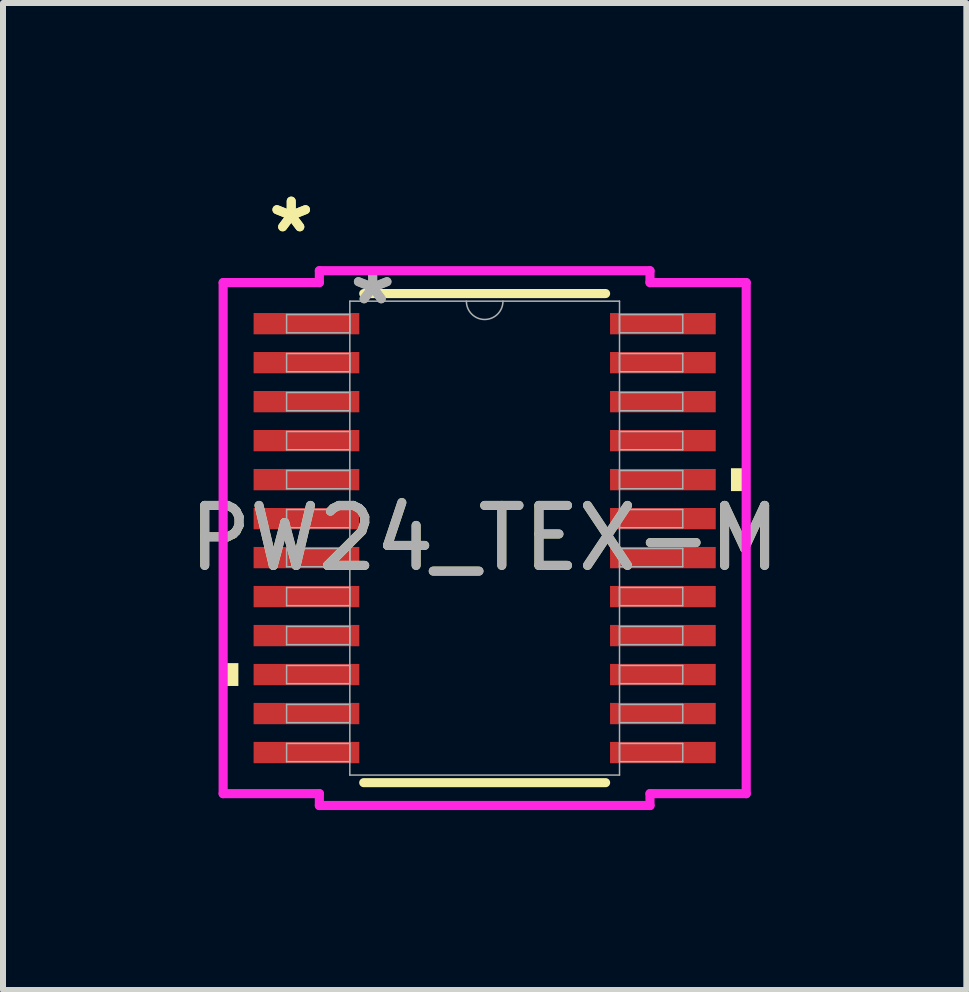
<source format=kicad_pcb>
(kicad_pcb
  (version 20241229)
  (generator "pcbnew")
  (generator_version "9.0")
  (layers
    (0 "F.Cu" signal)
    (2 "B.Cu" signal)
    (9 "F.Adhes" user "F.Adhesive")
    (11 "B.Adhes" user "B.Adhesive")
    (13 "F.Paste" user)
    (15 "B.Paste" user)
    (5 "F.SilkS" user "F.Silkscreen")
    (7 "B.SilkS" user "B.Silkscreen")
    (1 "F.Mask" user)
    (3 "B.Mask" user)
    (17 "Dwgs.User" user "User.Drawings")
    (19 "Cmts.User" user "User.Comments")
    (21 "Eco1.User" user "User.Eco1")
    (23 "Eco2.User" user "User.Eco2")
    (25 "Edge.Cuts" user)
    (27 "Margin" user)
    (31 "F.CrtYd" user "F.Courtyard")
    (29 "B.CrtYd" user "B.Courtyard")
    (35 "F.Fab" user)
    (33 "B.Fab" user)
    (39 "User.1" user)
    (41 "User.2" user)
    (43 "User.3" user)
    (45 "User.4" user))
  (footprint "PW24_TEX-M"
    (layer "F.Cu")
    (at 5.03 5.921)
    (property "Reference" "PW24_TEX-M" (at 0 0 0) (unlocked yes) (layer "F.SilkS") (effects (font (size 1 1) (thickness 0.15))))
    (attr smd)
    (fp_line (start -2.016 4.077) (end 2.016 4.077) (stroke (width 0.152) (type solid)) (layer "F.SilkS"))
    (fp_line (start 2.016 -4.077) (end -2.016 -4.077) (stroke (width 0.152) (type solid)) (layer "F.SilkS"))
    (fp_poly (pts (xy -4.36 2.084) (xy -4.36 2.465) (xy -4.106 2.465) (xy -4.106 2.084)) (stroke (width 0) (type solid)) (fill yes) (layer "F.SilkS"))
    (fp_poly (pts (xy 4.36 -1.165) (xy 4.36 -0.784) (xy 4.106 -0.784) (xy 4.106 -1.165)) (stroke (width 0) (type solid)) (fill yes) (layer "F.SilkS"))
    (fp_line (start -4.36 -4.26) (end -2.756 -4.26) (stroke (width 0.152) (type solid)) (layer "F.CrtYd"))
    (fp_line (start -4.36 4.26) (end -4.36 -4.26) (stroke (width 0.152) (type solid)) (layer "F.CrtYd"))
    (fp_line (start -4.36 4.26) (end -2.756 4.26) (stroke (width 0.152) (type solid)) (layer "F.CrtYd"))
    (fp_line (start -2.756 -4.458) (end 2.756 -4.458) (stroke (width 0.152) (type solid)) (layer "F.CrtYd"))
    (fp_line (start -2.756 -4.26) (end -2.756 -4.458) (stroke (width 0.152) (type solid)) (layer "F.CrtYd"))
    (fp_line (start -2.756 4.458) (end -2.756 4.26) (stroke (width 0.152) (type solid)) (layer "F.CrtYd"))
    (fp_line (start 2.756 -4.458) (end 2.756 -4.26) (stroke (width 0.152) (type solid)) (layer "F.CrtYd"))
    (fp_line (start 2.756 4.26) (end 2.756 4.458) (stroke (width 0.152) (type solid)) (layer "F.CrtYd"))
    (fp_line (start 2.756 4.458) (end -2.756 4.458) (stroke (width 0.152) (type solid)) (layer "F.CrtYd"))
    (fp_line (start 4.36 -4.26) (end 2.756 -4.26) (stroke (width 0.152) (type solid)) (layer "F.CrtYd"))
    (fp_line (start 4.36 -4.26) (end 4.36 4.26) (stroke (width 0.152) (type solid)) (layer "F.CrtYd"))
    (fp_line (start 4.36 4.26) (end 2.756 4.26) (stroke (width 0.152) (type solid)) (layer "F.CrtYd"))
    (fp_line (start -3.302 -3.727) (end -3.302 -3.423) (stroke (width 0.025) (type solid)) (layer "F.Fab"))
    (fp_line (start -3.302 -3.423) (end -2.248 -3.423) (stroke (width 0.025) (type solid)) (layer "F.Fab"))
    (fp_line (start -3.302 -3.077) (end -3.302 -2.773) (stroke (width 0.025) (type solid)) (layer "F.Fab"))
    (fp_line (start -3.302 -2.773) (end -2.248 -2.773) (stroke (width 0.025) (type solid)) (layer "F.Fab"))
    (fp_line (start -3.302 -2.427) (end -3.302 -2.123) (stroke (width 0.025) (type solid)) (layer "F.Fab"))
    (fp_line (start -3.302 -2.123) (end -2.248 -2.123) (stroke (width 0.025) (type solid)) (layer "F.Fab"))
    (fp_line (start -3.302 -1.777) (end -3.302 -1.473) (stroke (width 0.025) (type solid)) (layer "F.Fab"))
    (fp_line (start -3.302 -1.473) (end -2.248 -1.473) (stroke (width 0.025) (type solid)) (layer "F.Fab"))
    (fp_line (start -3.302 -1.127) (end -3.302 -0.823) (stroke (width 0.025) (type solid)) (layer "F.Fab"))
    (fp_line (start -3.302 -0.823) (end -2.248 -0.823) (stroke (width 0.025) (type solid)) (layer "F.Fab"))
    (fp_line (start -3.302 -0.477) (end -3.302 -0.173) (stroke (width 0.025) (type solid)) (layer "F.Fab"))
    (fp_line (start -3.302 -0.173) (end -2.248 -0.173) (stroke (width 0.025) (type solid)) (layer "F.Fab"))
    (fp_line (start -3.302 0.173) (end -3.302 0.477) (stroke (width 0.025) (type solid)) (layer "F.Fab"))
    (fp_line (start -3.302 0.477) (end -2.248 0.477) (stroke (width 0.025) (type solid)) (layer "F.Fab"))
    (fp_line (start -3.302 0.823) (end -3.302 1.127) (stroke (width 0.025) (type solid)) (layer "F.Fab"))
    (fp_line (start -3.302 1.127) (end -2.248 1.127) (stroke (width 0.025) (type solid)) (layer "F.Fab"))
    (fp_line (start -3.302 1.473) (end -3.302 1.777) (stroke (width 0.025) (type solid)) (layer "F.Fab"))
    (fp_line (start -3.302 1.777) (end -2.248 1.777) (stroke (width 0.025) (type solid)) (layer "F.Fab"))
    (fp_line (start -3.302 2.123) (end -3.302 2.427) (stroke (width 0.025) (type solid)) (layer "F.Fab"))
    (fp_line (start -3.302 2.427) (end -2.248 2.427) (stroke (width 0.025) (type solid)) (layer "F.Fab"))
    (fp_line (start -3.302 2.773) (end -3.302 3.077) (stroke (width 0.025) (type solid)) (layer "F.Fab"))
    (fp_line (start -3.302 3.077) (end -2.248 3.077) (stroke (width 0.025) (type solid)) (layer "F.Fab"))
    (fp_line (start -3.302 3.423) (end -3.302 3.727) (stroke (width 0.025) (type solid)) (layer "F.Fab"))
    (fp_line (start -3.302 3.727) (end -2.248 3.727) (stroke (width 0.025) (type solid)) (layer "F.Fab"))
    (fp_line (start -2.248 -3.95) (end -2.248 3.95) (stroke (width 0.025) (type solid)) (layer "F.Fab"))
    (fp_line (start -2.248 -3.727) (end -3.302 -3.727) (stroke (width 0.025) (type solid)) (layer "F.Fab"))
    (fp_line (start -2.248 -3.423) (end -2.248 -3.727) (stroke (width 0.025) (type solid)) (layer "F.Fab"))
    (fp_line (start -2.248 -3.077) (end -3.302 -3.077) (stroke (width 0.025) (type solid)) (layer "F.Fab"))
    (fp_line (start -2.248 -2.773) (end -2.248 -3.077) (stroke (width 0.025) (type solid)) (layer "F.Fab"))
    (fp_line (start -2.248 -2.427) (end -3.302 -2.427) (stroke (width 0.025) (type solid)) (layer "F.Fab"))
    (fp_line (start -2.248 -2.123) (end -2.248 -2.427) (stroke (width 0.025) (type solid)) (layer "F.Fab"))
    (fp_line (start -2.248 -1.777) (end -3.302 -1.777) (stroke (width 0.025) (type solid)) (layer "F.Fab"))
    (fp_line (start -2.248 -1.473) (end -2.248 -1.777) (stroke (width 0.025) (type solid)) (layer "F.Fab"))
    (fp_line (start -2.248 -1.127) (end -3.302 -1.127) (stroke (width 0.025) (type solid)) (layer "F.Fab"))
    (fp_line (start -2.248 -0.823) (end -2.248 -1.127) (stroke (width 0.025) (type solid)) (layer "F.Fab"))
    (fp_line (start -2.248 -0.477) (end -3.302 -0.477) (stroke (width 0.025) (type solid)) (layer "F.Fab"))
    (fp_line (start -2.248 -0.173) (end -2.248 -0.477) (stroke (width 0.025) (type solid)) (layer "F.Fab"))
    (fp_line (start -2.248 0.173) (end -3.302 0.173) (stroke (width 0.025) (type solid)) (layer "F.Fab"))
    (fp_line (start -2.248 0.477) (end -2.248 0.173) (stroke (width 0.025) (type solid)) (layer "F.Fab"))
    (fp_line (start -2.248 0.823) (end -3.302 0.823) (stroke (width 0.025) (type solid)) (layer "F.Fab"))
    (fp_line (start -2.248 1.127) (end -2.248 0.823) (stroke (width 0.025) (type solid)) (layer "F.Fab"))
    (fp_line (start -2.248 1.473) (end -3.302 1.473) (stroke (width 0.025) (type solid)) (layer "F.Fab"))
    (fp_line (start -2.248 1.777) (end -2.248 1.473) (stroke (width 0.025) (type solid)) (layer "F.Fab"))
    (fp_line (start -2.248 2.123) (end -3.302 2.123) (stroke (width 0.025) (type solid)) (layer "F.Fab"))
    (fp_line (start -2.248 2.427) (end -2.248 2.123) (stroke (width 0.025) (type solid)) (layer "F.Fab"))
    (fp_line (start -2.248 2.773) (end -3.302 2.773) (stroke (width 0.025) (type solid)) (layer "F.Fab"))
    (fp_line (start -2.248 3.077) (end -2.248 2.773) (stroke (width 0.025) (type solid)) (layer "F.Fab"))
    (fp_line (start -2.248 3.423) (end -3.302 3.423) (stroke (width 0.025) (type solid)) (layer "F.Fab"))
    (fp_line (start -2.248 3.727) (end -2.248 3.423) (stroke (width 0.025) (type solid)) (layer "F.Fab"))
    (fp_line (start -2.248 3.95) (end 2.248 3.95) (stroke (width 0.025) (type solid)) (layer "F.Fab"))
    (fp_line (start 2.248 -3.95) (end -2.248 -3.95) (stroke (width 0.025) (type solid)) (layer "F.Fab"))
    (fp_line (start 2.248 -3.727) (end 2.248 -3.423) (stroke (width 0.025) (type solid)) (layer "F.Fab"))
    (fp_line (start 2.248 -3.423) (end 3.302 -3.423) (stroke (width 0.025) (type solid)) (layer "F.Fab"))
    (fp_line (start 2.248 -3.077) (end 2.248 -2.773) (stroke (width 0.025) (type solid)) (layer "F.Fab"))
    (fp_line (start 2.248 -2.773) (end 3.302 -2.773) (stroke (width 0.025) (type solid)) (layer "F.Fab"))
    (fp_line (start 2.248 -2.427) (end 2.248 -2.123) (stroke (width 0.025) (type solid)) (layer "F.Fab"))
    (fp_line (start 2.248 -2.123) (end 3.302 -2.123) (stroke (width 0.025) (type solid)) (layer "F.Fab"))
    (fp_line (start 2.248 -1.777) (end 2.248 -1.473) (stroke (width 0.025) (type solid)) (layer "F.Fab"))
    (fp_line (start 2.248 -1.473) (end 3.302 -1.473) (stroke (width 0.025) (type solid)) (layer "F.Fab"))
    (fp_line (start 2.248 -1.127) (end 2.248 -0.823) (stroke (width 0.025) (type solid)) (layer "F.Fab"))
    (fp_line (start 2.248 -0.823) (end 3.302 -0.823) (stroke (width 0.025) (type solid)) (layer "F.Fab"))
    (fp_line (start 2.248 -0.477) (end 2.248 -0.173) (stroke (width 0.025) (type solid)) (layer "F.Fab"))
    (fp_line (start 2.248 -0.173) (end 3.302 -0.173) (stroke (width 0.025) (type solid)) (layer "F.Fab"))
    (fp_line (start 2.248 0.173) (end 2.248 0.477) (stroke (width 0.025) (type solid)) (layer "F.Fab"))
    (fp_line (start 2.248 0.477) (end 3.302 0.477) (stroke (width 0.025) (type solid)) (layer "F.Fab"))
    (fp_line (start 2.248 0.823) (end 2.248 1.127) (stroke (width 0.025) (type solid)) (layer "F.Fab"))
    (fp_line (start 2.248 1.127) (end 3.302 1.127) (stroke (width 0.025) (type solid)) (layer "F.Fab"))
    (fp_line (start 2.248 1.473) (end 2.248 1.777) (stroke (width 0.025) (type solid)) (layer "F.Fab"))
    (fp_line (start 2.248 1.777) (end 3.302 1.777) (stroke (width 0.025) (type solid)) (layer "F.Fab"))
    (fp_line (start 2.248 2.123) (end 2.248 2.427) (stroke (width 0.025) (type solid)) (layer "F.Fab"))
    (fp_line (start 2.248 2.427) (end 3.302 2.427) (stroke (width 0.025) (type solid)) (layer "F.Fab"))
    (fp_line (start 2.248 2.773) (end 2.248 3.077) (stroke (width 0.025) (type solid)) (layer "F.Fab"))
    (fp_line (start 2.248 3.077) (end 3.302 3.077) (stroke (width 0.025) (type solid)) (layer "F.Fab"))
    (fp_line (start 2.248 3.423) (end 2.248 3.727) (stroke (width 0.025) (type solid)) (layer "F.Fab"))
    (fp_line (start 2.248 3.727) (end 3.302 3.727) (stroke (width 0.025) (type solid)) (layer "F.Fab"))
    (fp_line (start 2.248 3.95) (end 2.248 -3.95) (stroke (width 0.025) (type solid)) (layer "F.Fab"))
    (fp_line (start 3.302 -3.727) (end 2.248 -3.727) (stroke (width 0.025) (type solid)) (layer "F.Fab"))
    (fp_line (start 3.302 -3.423) (end 3.302 -3.727) (stroke (width 0.025) (type solid)) (layer "F.Fab"))
    (fp_line (start 3.302 -3.077) (end 2.248 -3.077) (stroke (width 0.025) (type solid)) (layer "F.Fab"))
    (fp_line (start 3.302 -2.773) (end 3.302 -3.077) (stroke (width 0.025) (type solid)) (layer "F.Fab"))
    (fp_line (start 3.302 -2.427) (end 2.248 -2.427) (stroke (width 0.025) (type solid)) (layer "F.Fab"))
    (fp_line (start 3.302 -2.123) (end 3.302 -2.427) (stroke (width 0.025) (type solid)) (layer "F.Fab"))
    (fp_line (start 3.302 -1.777) (end 2.248 -1.777) (stroke (width 0.025) (type solid)) (layer "F.Fab"))
    (fp_line (start 3.302 -1.473) (end 3.302 -1.777) (stroke (width 0.025) (type solid)) (layer "F.Fab"))
    (fp_line (start 3.302 -1.127) (end 2.248 -1.127) (stroke (width 0.025) (type solid)) (layer "F.Fab"))
    (fp_line (start 3.302 -0.823) (end 3.302 -1.127) (stroke (width 0.025) (type solid)) (layer "F.Fab"))
    (fp_line (start 3.302 -0.477) (end 2.248 -0.477) (stroke (width 0.025) (type solid)) (layer "F.Fab"))
    (fp_line (start 3.302 -0.173) (end 3.302 -0.477) (stroke (width 0.025) (type solid)) (layer "F.Fab"))
    (fp_line (start 3.302 0.173) (end 2.248 0.173) (stroke (width 0.025) (type solid)) (layer "F.Fab"))
    (fp_line (start 3.302 0.477) (end 3.302 0.173) (stroke (width 0.025) (type solid)) (layer "F.Fab"))
    (fp_line (start 3.302 0.823) (end 2.248 0.823) (stroke (width 0.025) (type solid)) (layer "F.Fab"))
    (fp_line (start 3.302 1.127) (end 3.302 0.823) (stroke (width 0.025) (type solid)) (layer "F.Fab"))
    (fp_line (start 3.302 1.473) (end 2.248 1.473) (stroke (width 0.025) (type solid)) (layer "F.Fab"))
    (fp_line (start 3.302 1.777) (end 3.302 1.473) (stroke (width 0.025) (type solid)) (layer "F.Fab"))
    (fp_line (start 3.302 2.123) (end 2.248 2.123) (stroke (width 0.025) (type solid)) (layer "F.Fab"))
    (fp_line (start 3.302 2.427) (end 3.302 2.123) (stroke (width 0.025) (type solid)) (layer "F.Fab"))
    (fp_line (start 3.302 2.773) (end 2.248 2.773) (stroke (width 0.025) (type solid)) (layer "F.Fab"))
    (fp_line (start 3.302 3.077) (end 3.302 2.773) (stroke (width 0.025) (type solid)) (layer "F.Fab"))
    (fp_line (start 3.302 3.423) (end 2.248 3.423) (stroke (width 0.025) (type solid)) (layer "F.Fab"))
    (fp_line (start 3.302 3.727) (end 3.302 3.423) (stroke (width 0.025) (type solid)) (layer "F.Fab"))
    (fp_arc (start 0.3048 -3.9497) (mid 0 -3.6449) (end -0.3048 -3.9497) (stroke (width 0.0254) (type solid)) (layer "F.Fab"))
    (fp_text user "*" (at -3.225 -5.073 0) (layer "F.SilkS") (effects (font (size 1 1) (thickness 0.15))))
    (fp_text user "*" (at -3.225 -5.073 0) (unlocked yes) (layer "F.SilkS") (effects (font (size 1 1) (thickness 0.15))))
    (fp_text user "*" (at -1.867 -3.873 0) (unlocked yes) (layer "F.Fab") (effects (font (size 1 1) (thickness 0.15))))
    (fp_text user "*" (at -1.867 -3.873 0) (layer "F.Fab") (effects (font (size 1 1) (thickness 0.15))))
    (fp_text user "${REFERENCE}" (at 0 0 0) (unlocked yes) (layer "F.Fab") (effects (font (size 1 1) (thickness 0.15))))
    (pad "1" smd rect (at -2.971 -3.575) (size 1.762 0.355) (layers "F.Cu" "F.Mask" "F.Paste"))
    (pad "2" smd rect (at -2.971 -2.925) (size 1.762 0.355) (layers "F.Cu" "F.Mask" "F.Paste"))
    (pad "3" smd rect (at -2.971 -2.275) (size 1.762 0.355) (layers "F.Cu" "F.Mask" "F.Paste"))
    (pad "4" smd rect (at -2.971 -1.625) (size 1.762 0.355) (layers "F.Cu" "F.Mask" "F.Paste"))
    (pad "5" smd rect (at -2.971 -0.975) (size 1.762 0.355) (layers "F.Cu" "F.Mask" "F.Paste"))
    (pad "6" smd rect (at -2.971 -0.325) (size 1.762 0.355) (layers "F.Cu" "F.Mask" "F.Paste"))
    (pad "7" smd rect (at -2.971 0.325) (size 1.762 0.355) (layers "F.Cu" "F.Mask" "F.Paste"))
    (pad "8" smd rect (at -2.971 0.975) (size 1.762 0.355) (layers "F.Cu" "F.Mask" "F.Paste"))
    (pad "9" smd rect (at -2.971 1.625) (size 1.762 0.355) (layers "F.Cu" "F.Mask" "F.Paste"))
    (pad "10" smd rect (at -2.971 2.275) (size 1.762 0.355) (layers "F.Cu" "F.Mask" "F.Paste"))
    (pad "11" smd rect (at -2.971 2.925) (size 1.762 0.355) (layers "F.Cu" "F.Mask" "F.Paste"))
    (pad "12" smd rect (at -2.971 3.575) (size 1.762 0.355) (layers "F.Cu" "F.Mask" "F.Paste"))
    (pad "13" smd rect (at 2.971 3.575) (size 1.762 0.355) (layers "F.Cu" "F.Mask" "F.Paste"))
    (pad "14" smd rect (at 2.971 2.925) (size 1.762 0.355) (layers "F.Cu" "F.Mask" "F.Paste"))
    (pad "15" smd rect (at 2.971 2.275) (size 1.762 0.355) (layers "F.Cu" "F.Mask" "F.Paste"))
    (pad "16" smd rect (at 2.971 1.625) (size 1.762 0.355) (layers "F.Cu" "F.Mask" "F.Paste"))
    (pad "17" smd rect (at 2.971 0.975) (size 1.762 0.355) (layers "F.Cu" "F.Mask" "F.Paste"))
    (pad "18" smd rect (at 2.971 0.325) (size 1.762 0.355) (layers "F.Cu" "F.Mask" "F.Paste"))
    (pad "19" smd rect (at 2.971 -0.325) (size 1.762 0.355) (layers "F.Cu" "F.Mask" "F.Paste"))
    (pad "20" smd rect (at 2.971 -0.975) (size 1.762 0.355) (layers "F.Cu" "F.Mask" "F.Paste"))
    (pad "21" smd rect (at 2.971 -1.625) (size 1.762 0.355) (layers "F.Cu" "F.Mask" "F.Paste"))
    (pad "22" smd rect (at 2.971 -2.275) (size 1.762 0.355) (layers "F.Cu" "F.Mask" "F.Paste"))
    (pad "23" smd rect (at 2.971 -2.925) (size 1.762 0.355) (layers "F.Cu" "F.Mask" "F.Paste"))
    (pad "24" smd rect (at 2.971 -3.575) (size 1.762 0.355) (layers "F.Cu" "F.Mask" "F.Paste")))
  (gr_rect
    (start -3 -3)
    (end 13.06 13.455)
    (stroke (width 0.1) (type default))
    (fill no)
    (layer "Edge.Cuts")))
</source>
